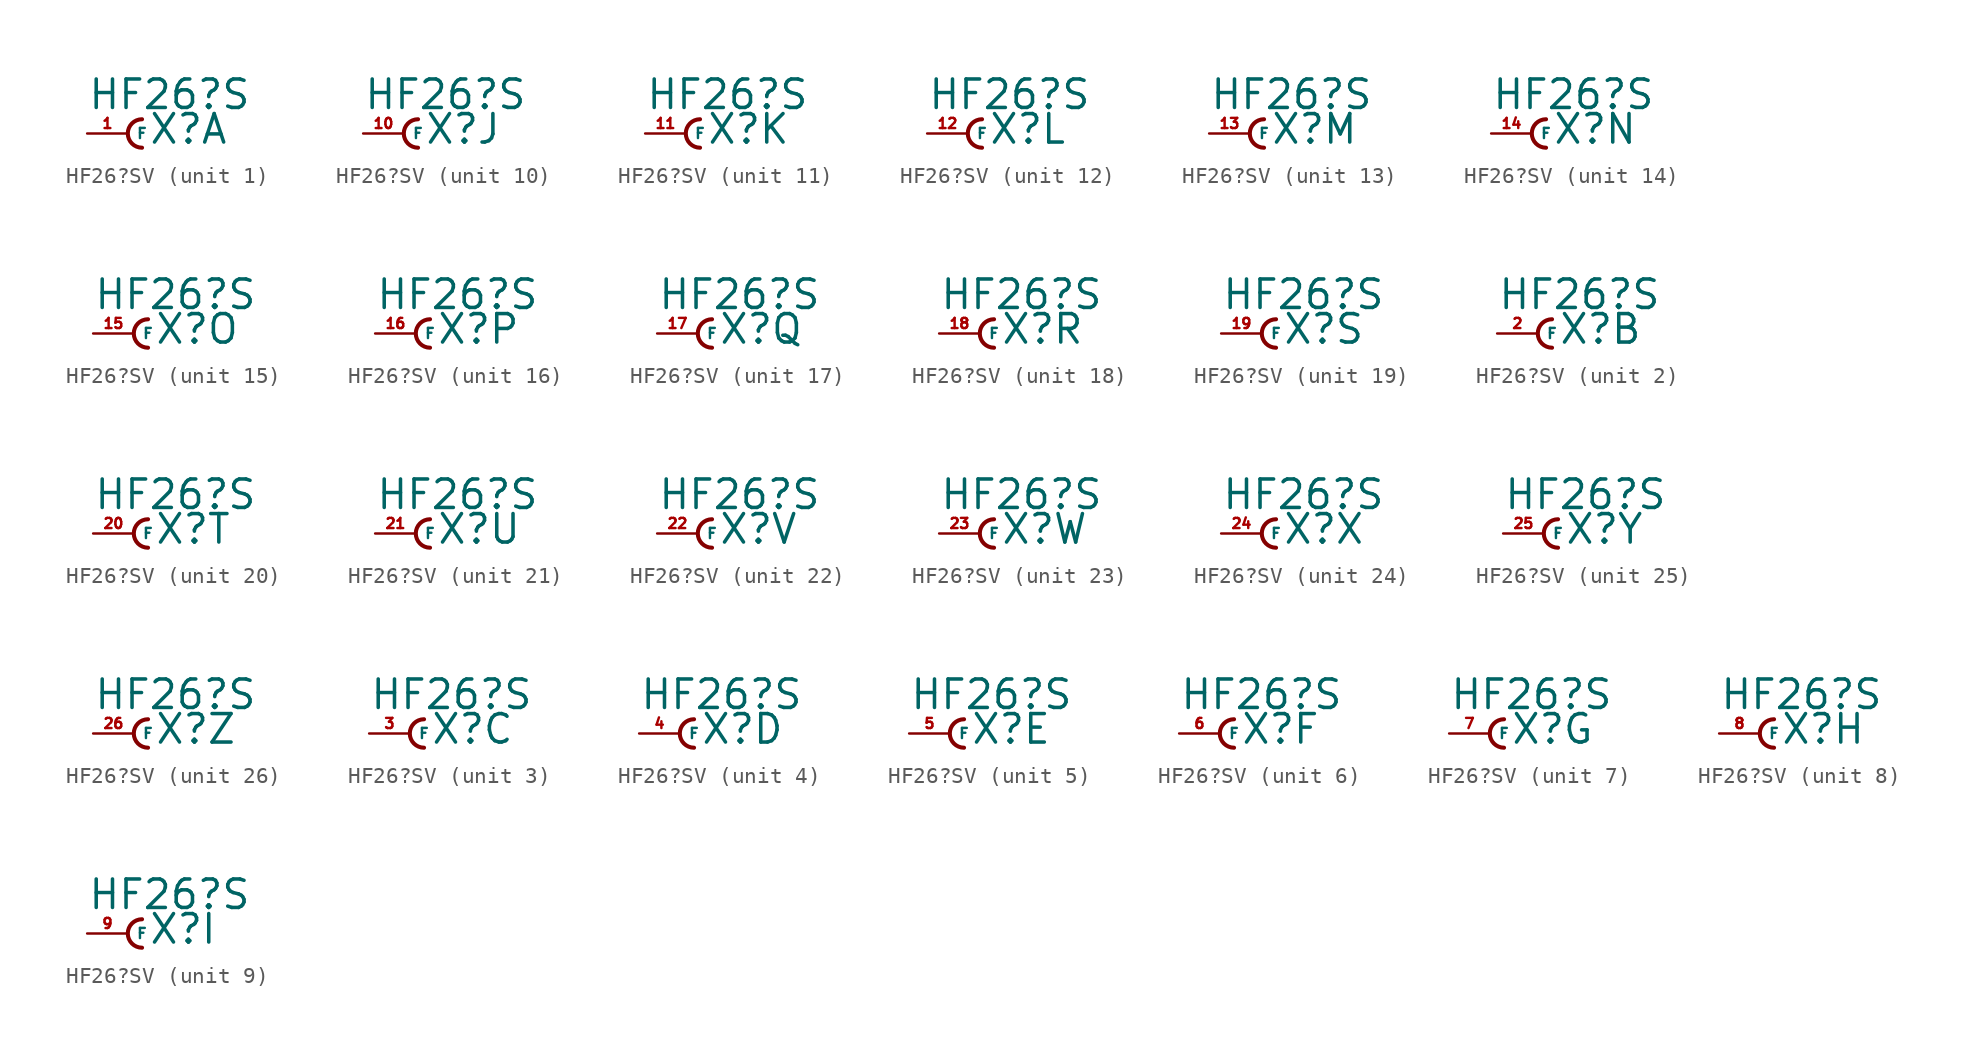
<source format=kicad_sym>
(kicad_symbol_lib
  (version 20220914)
  (generator Eagle2Kicad)
  (symbol "HF26?SV"
    (property "Reference" "X"
      (at 1.27 -0.762 0)
      (effects (font (size 1.778 1.778) (thickness 0.22)) (justify left bottom)))
    (property "Value" "HF26?S"
      (at -2.54 1.397 0)
      (effects (font (size 1.778 1.778) (thickness 0.22)) (justify left bottom)))
    (symbol "HF26?SV_1_0"
      (arc (start 0.889 0.889) (mid 0.000 0.000) (end 0.889 -0.889) (stroke (width 0.254) (type default)) (fill (type none)))
      (pin passive line (at -2.54 0 0) (length 2.54) (name "F" (effects (font (size 0.635 0.635) (thickness 0.08)) (justify left bottom))) (number "1" (effects (font (size 0.635 0.635) (thickness 0.08)) (justify left bottom)))))
    (symbol "HF26?SV_2_0"
      (arc (start 0.889 0.889) (mid 0.000 0.000) (end 0.889 -0.889) (stroke (width 0.254) (type default)) (fill (type none)))
      (pin passive line (at -2.54 0 0) (length 2.54) (name "F" (effects (font (size 0.635 0.635) (thickness 0.08)) (justify left bottom))) (number "2" (effects (font (size 0.635 0.635) (thickness 0.08)) (justify left bottom)))))
    (symbol "HF26?SV_3_0"
      (arc (start 0.889 0.889) (mid 0.000 0.000) (end 0.889 -0.889) (stroke (width 0.254) (type default)) (fill (type none)))
      (pin passive line (at -2.54 0 0) (length 2.54) (name "F" (effects (font (size 0.635 0.635) (thickness 0.08)) (justify left bottom))) (number "3" (effects (font (size 0.635 0.635) (thickness 0.08)) (justify left bottom)))))
    (symbol "HF26?SV_4_0"
      (arc (start 0.889 0.889) (mid 0.000 0.000) (end 0.889 -0.889) (stroke (width 0.254) (type default)) (fill (type none)))
      (pin passive line (at -2.54 0 0) (length 2.54) (name "F" (effects (font (size 0.635 0.635) (thickness 0.08)) (justify left bottom))) (number "4" (effects (font (size 0.635 0.635) (thickness 0.08)) (justify left bottom)))))
    (symbol "HF26?SV_5_0"
      (arc (start 0.889 0.889) (mid 0.000 0.000) (end 0.889 -0.889) (stroke (width 0.254) (type default)) (fill (type none)))
      (pin passive line (at -2.54 0 0) (length 2.54) (name "F" (effects (font (size 0.635 0.635) (thickness 0.08)) (justify left bottom))) (number "5" (effects (font (size 0.635 0.635) (thickness 0.08)) (justify left bottom)))))
    (symbol "HF26?SV_6_0"
      (arc (start 0.889 0.889) (mid 0.000 0.000) (end 0.889 -0.889) (stroke (width 0.254) (type default)) (fill (type none)))
      (pin passive line (at -2.54 0 0) (length 2.54) (name "F" (effects (font (size 0.635 0.635) (thickness 0.08)) (justify left bottom))) (number "6" (effects (font (size 0.635 0.635) (thickness 0.08)) (justify left bottom)))))
    (symbol "HF26?SV_7_0"
      (arc (start 0.889 0.889) (mid 0.000 0.000) (end 0.889 -0.889) (stroke (width 0.254) (type default)) (fill (type none)))
      (pin passive line (at -2.54 0 0) (length 2.54) (name "F" (effects (font (size 0.635 0.635) (thickness 0.08)) (justify left bottom))) (number "7" (effects (font (size 0.635 0.635) (thickness 0.08)) (justify left bottom)))))
    (symbol "HF26?SV_8_0"
      (arc (start 0.889 0.889) (mid 0.000 0.000) (end 0.889 -0.889) (stroke (width 0.254) (type default)) (fill (type none)))
      (pin passive line (at -2.54 0 0) (length 2.54) (name "F" (effects (font (size 0.635 0.635) (thickness 0.08)) (justify left bottom))) (number "8" (effects (font (size 0.635 0.635) (thickness 0.08)) (justify left bottom)))))
    (symbol "HF26?SV_9_0"
      (arc (start 0.889 0.889) (mid 0.000 0.000) (end 0.889 -0.889) (stroke (width 0.254) (type default)) (fill (type none)))
      (pin passive line (at -2.54 0 0) (length 2.54) (name "F" (effects (font (size 0.635 0.635) (thickness 0.08)) (justify left bottom))) (number "9" (effects (font (size 0.635 0.635) (thickness 0.08)) (justify left bottom)))))
    (symbol "HF26?SV_10_0"
      (arc (start 0.889 0.889) (mid 0.000 0.000) (end 0.889 -0.889) (stroke (width 0.254) (type default)) (fill (type none)))
      (pin passive line (at -2.54 0 0) (length 2.54) (name "F" (effects (font (size 0.635 0.635) (thickness 0.08)) (justify left bottom))) (number "10" (effects (font (size 0.635 0.635) (thickness 0.08)) (justify left bottom)))))
    (symbol "HF26?SV_11_0"
      (arc (start 0.889 0.889) (mid 0.000 0.000) (end 0.889 -0.889) (stroke (width 0.254) (type default)) (fill (type none)))
      (pin passive line (at -2.54 0 0) (length 2.54) (name "F" (effects (font (size 0.635 0.635) (thickness 0.08)) (justify left bottom))) (number "11" (effects (font (size 0.635 0.635) (thickness 0.08)) (justify left bottom)))))
    (symbol "HF26?SV_12_0"
      (arc (start 0.889 0.889) (mid 0.000 0.000) (end 0.889 -0.889) (stroke (width 0.254) (type default)) (fill (type none)))
      (pin passive line (at -2.54 0 0) (length 2.54) (name "F" (effects (font (size 0.635 0.635) (thickness 0.08)) (justify left bottom))) (number "12" (effects (font (size 0.635 0.635) (thickness 0.08)) (justify left bottom)))))
    (symbol "HF26?SV_13_0"
      (arc (start 0.889 0.889) (mid 0.000 0.000) (end 0.889 -0.889) (stroke (width 0.254) (type default)) (fill (type none)))
      (pin passive line (at -2.54 0 0) (length 2.54) (name "F" (effects (font (size 0.635 0.635) (thickness 0.08)) (justify left bottom))) (number "13" (effects (font (size 0.635 0.635) (thickness 0.08)) (justify left bottom)))))
    (symbol "HF26?SV_14_0"
      (arc (start 0.889 0.889) (mid 0.000 0.000) (end 0.889 -0.889) (stroke (width 0.254) (type default)) (fill (type none)))
      (pin passive line (at -2.54 0 0) (length 2.54) (name "F" (effects (font (size 0.635 0.635) (thickness 0.08)) (justify left bottom))) (number "14" (effects (font (size 0.635 0.635) (thickness 0.08)) (justify left bottom)))))
    (symbol "HF26?SV_15_0"
      (arc (start 0.889 0.889) (mid 0.000 0.000) (end 0.889 -0.889) (stroke (width 0.254) (type default)) (fill (type none)))
      (pin passive line (at -2.54 0 0) (length 2.54) (name "F" (effects (font (size 0.635 0.635) (thickness 0.08)) (justify left bottom))) (number "15" (effects (font (size 0.635 0.635) (thickness 0.08)) (justify left bottom)))))
    (symbol "HF26?SV_16_0"
      (arc (start 0.889 0.889) (mid 0.000 0.000) (end 0.889 -0.889) (stroke (width 0.254) (type default)) (fill (type none)))
      (pin passive line (at -2.54 0 0) (length 2.54) (name "F" (effects (font (size 0.635 0.635) (thickness 0.08)) (justify left bottom))) (number "16" (effects (font (size 0.635 0.635) (thickness 0.08)) (justify left bottom)))))
    (symbol "HF26?SV_17_0"
      (arc (start 0.889 0.889) (mid 0.000 0.000) (end 0.889 -0.889) (stroke (width 0.254) (type default)) (fill (type none)))
      (pin passive line (at -2.54 0 0) (length 2.54) (name "F" (effects (font (size 0.635 0.635) (thickness 0.08)) (justify left bottom))) (number "17" (effects (font (size 0.635 0.635) (thickness 0.08)) (justify left bottom)))))
    (symbol "HF26?SV_18_0"
      (arc (start 0.889 0.889) (mid 0.000 0.000) (end 0.889 -0.889) (stroke (width 0.254) (type default)) (fill (type none)))
      (pin passive line (at -2.54 0 0) (length 2.54) (name "F" (effects (font (size 0.635 0.635) (thickness 0.08)) (justify left bottom))) (number "18" (effects (font (size 0.635 0.635) (thickness 0.08)) (justify left bottom)))))
    (symbol "HF26?SV_19_0"
      (arc (start 0.889 0.889) (mid 0.000 0.000) (end 0.889 -0.889) (stroke (width 0.254) (type default)) (fill (type none)))
      (pin passive line (at -2.54 0 0) (length 2.54) (name "F" (effects (font (size 0.635 0.635) (thickness 0.08)) (justify left bottom))) (number "19" (effects (font (size 0.635 0.635) (thickness 0.08)) (justify left bottom)))))
    (symbol "HF26?SV_20_0"
      (arc (start 0.889 0.889) (mid 0.000 0.000) (end 0.889 -0.889) (stroke (width 0.254) (type default)) (fill (type none)))
      (pin passive line (at -2.54 0 0) (length 2.54) (name "F" (effects (font (size 0.635 0.635) (thickness 0.08)) (justify left bottom))) (number "20" (effects (font (size 0.635 0.635) (thickness 0.08)) (justify left bottom)))))
    (symbol "HF26?SV_21_0"
      (arc (start 0.889 0.889) (mid 0.000 0.000) (end 0.889 -0.889) (stroke (width 0.254) (type default)) (fill (type none)))
      (pin passive line (at -2.54 0 0) (length 2.54) (name "F" (effects (font (size 0.635 0.635) (thickness 0.08)) (justify left bottom))) (number "21" (effects (font (size 0.635 0.635) (thickness 0.08)) (justify left bottom)))))
    (symbol "HF26?SV_22_0"
      (arc (start 0.889 0.889) (mid 0.000 0.000) (end 0.889 -0.889) (stroke (width 0.254) (type default)) (fill (type none)))
      (pin passive line (at -2.54 0 0) (length 2.54) (name "F" (effects (font (size 0.635 0.635) (thickness 0.08)) (justify left bottom))) (number "22" (effects (font (size 0.635 0.635) (thickness 0.08)) (justify left bottom)))))
    (symbol "HF26?SV_23_0"
      (arc (start 0.889 0.889) (mid 0.000 0.000) (end 0.889 -0.889) (stroke (width 0.254) (type default)) (fill (type none)))
      (pin passive line (at -2.54 0 0) (length 2.54) (name "F" (effects (font (size 0.635 0.635) (thickness 0.08)) (justify left bottom))) (number "23" (effects (font (size 0.635 0.635) (thickness 0.08)) (justify left bottom)))))
    (symbol "HF26?SV_24_0"
      (arc (start 0.889 0.889) (mid 0.000 0.000) (end 0.889 -0.889) (stroke (width 0.254) (type default)) (fill (type none)))
      (pin passive line (at -2.54 0 0) (length 2.54) (name "F" (effects (font (size 0.635 0.635) (thickness 0.08)) (justify left bottom))) (number "24" (effects (font (size 0.635 0.635) (thickness 0.08)) (justify left bottom)))))
    (symbol "HF26?SV_25_0"
      (arc (start 0.889 0.889) (mid 0.000 0.000) (end 0.889 -0.889) (stroke (width 0.254) (type default)) (fill (type none)))
      (pin passive line (at -2.54 0 0) (length 2.54) (name "F" (effects (font (size 0.635 0.635) (thickness 0.08)) (justify left bottom))) (number "25" (effects (font (size 0.635 0.635) (thickness 0.08)) (justify left bottom)))))
    (symbol "HF26?SV_26_0"
      (arc (start 0.889 0.889) (mid 0.000 0.000) (end 0.889 -0.889) (stroke (width 0.254) (type default)) (fill (type none)))
      (pin passive line (at -2.54 0 0) (length 2.54) (name "F" (effects (font (size 0.635 0.635) (thickness 0.08)) (justify left bottom))) (number "26" (effects (font (size 0.635 0.635) (thickness 0.08)) (justify left bottom)))))))
</source>
